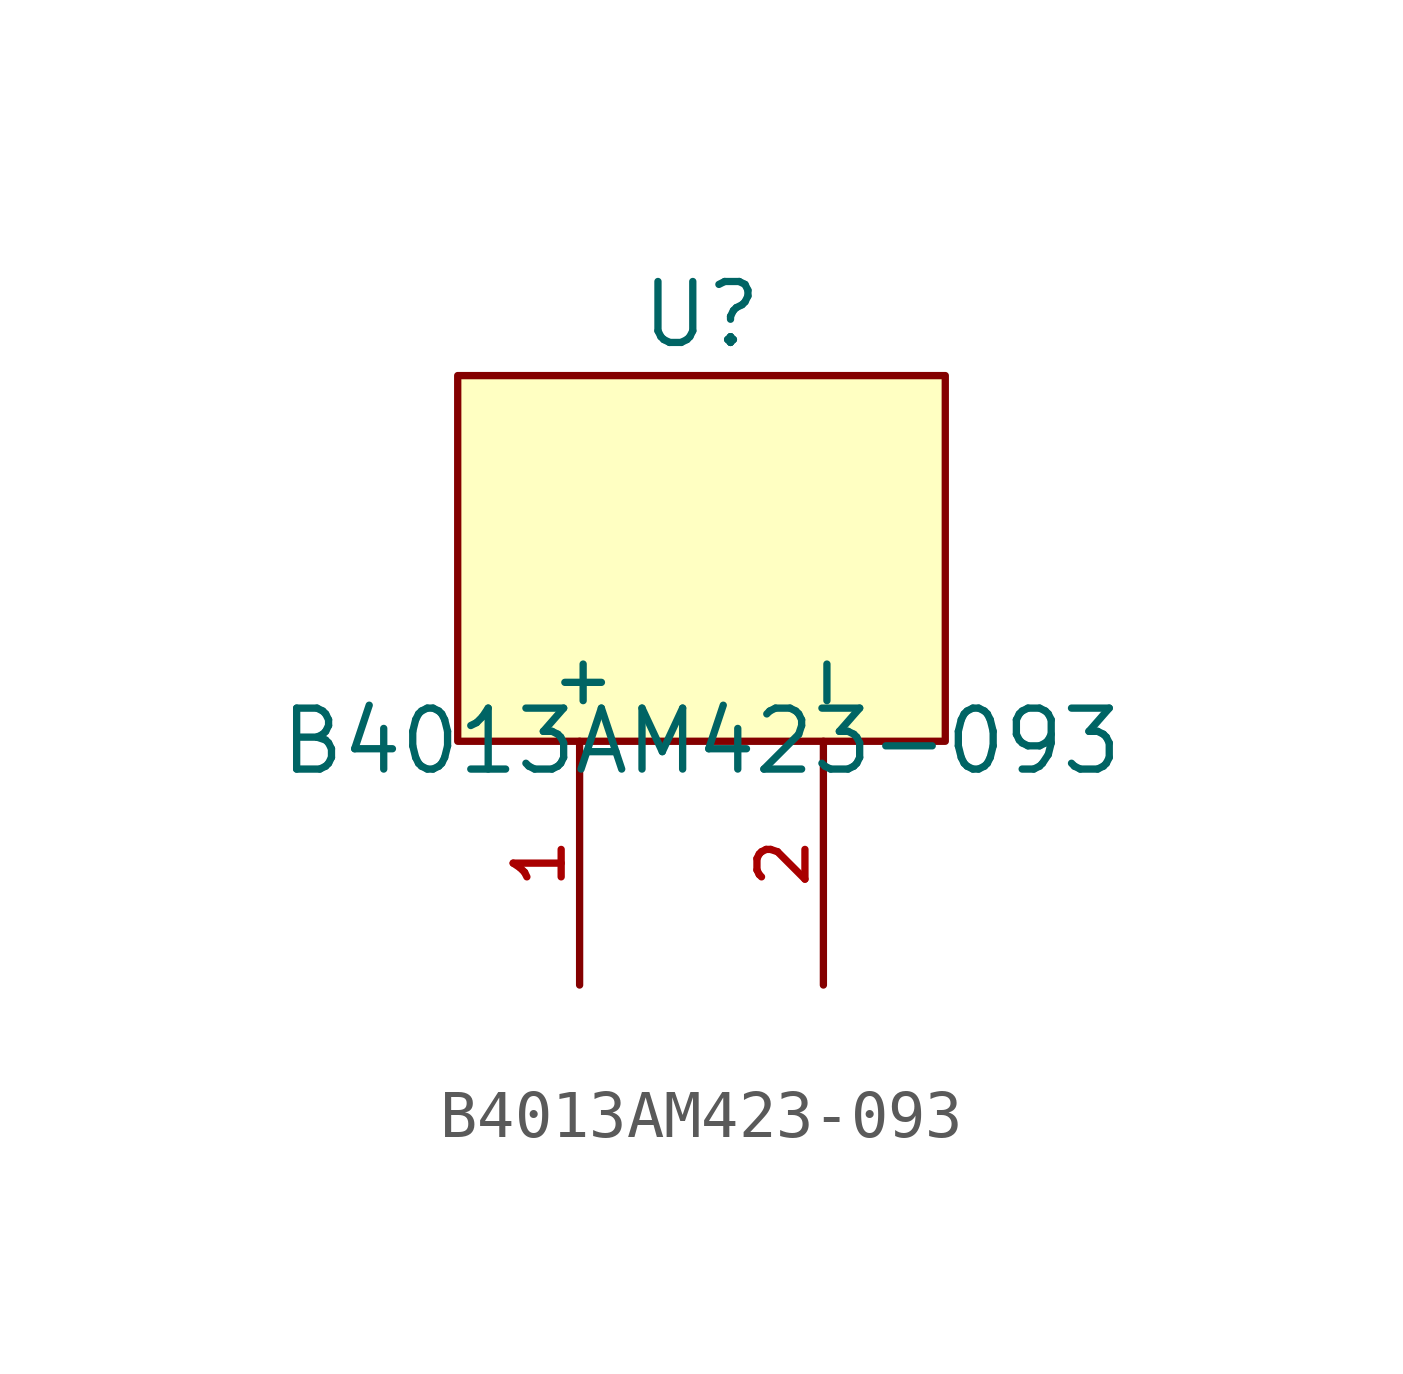
<source format=kicad_sym>
(kicad_symbol_lib
  (version 20220914)
  (generator kicad_symbol_editor)
  (symbol "B4013AM423-093"
    (property "Reference" "U"
      (at 0 6.35 0)
      (effects (font (size 1.27 1.27))))
    (property "Value" "B4013AM423-093"
      (at 0 -2.54 0)
      (effects (font (size 1.27 1.27))))
    (symbol "B4013AM423-093_0_1"
      (rectangle (start -5.08 5.08) (end 5.08 -2.54) (stroke (width 0) (type default)) (fill (type background)))
      (pin passive line (at -2.54 -7.62 90) (length 5.08) (name "+" (effects (font (size 1 1)))) (number "1" (effects (font (size 1 1)))))
      (pin passive line (at 2.54 -7.62 90) (length 5.08) (name "-" (effects (font (size 1 1)))) (number "2" (effects (font (size 1 1))))))))
</source>
